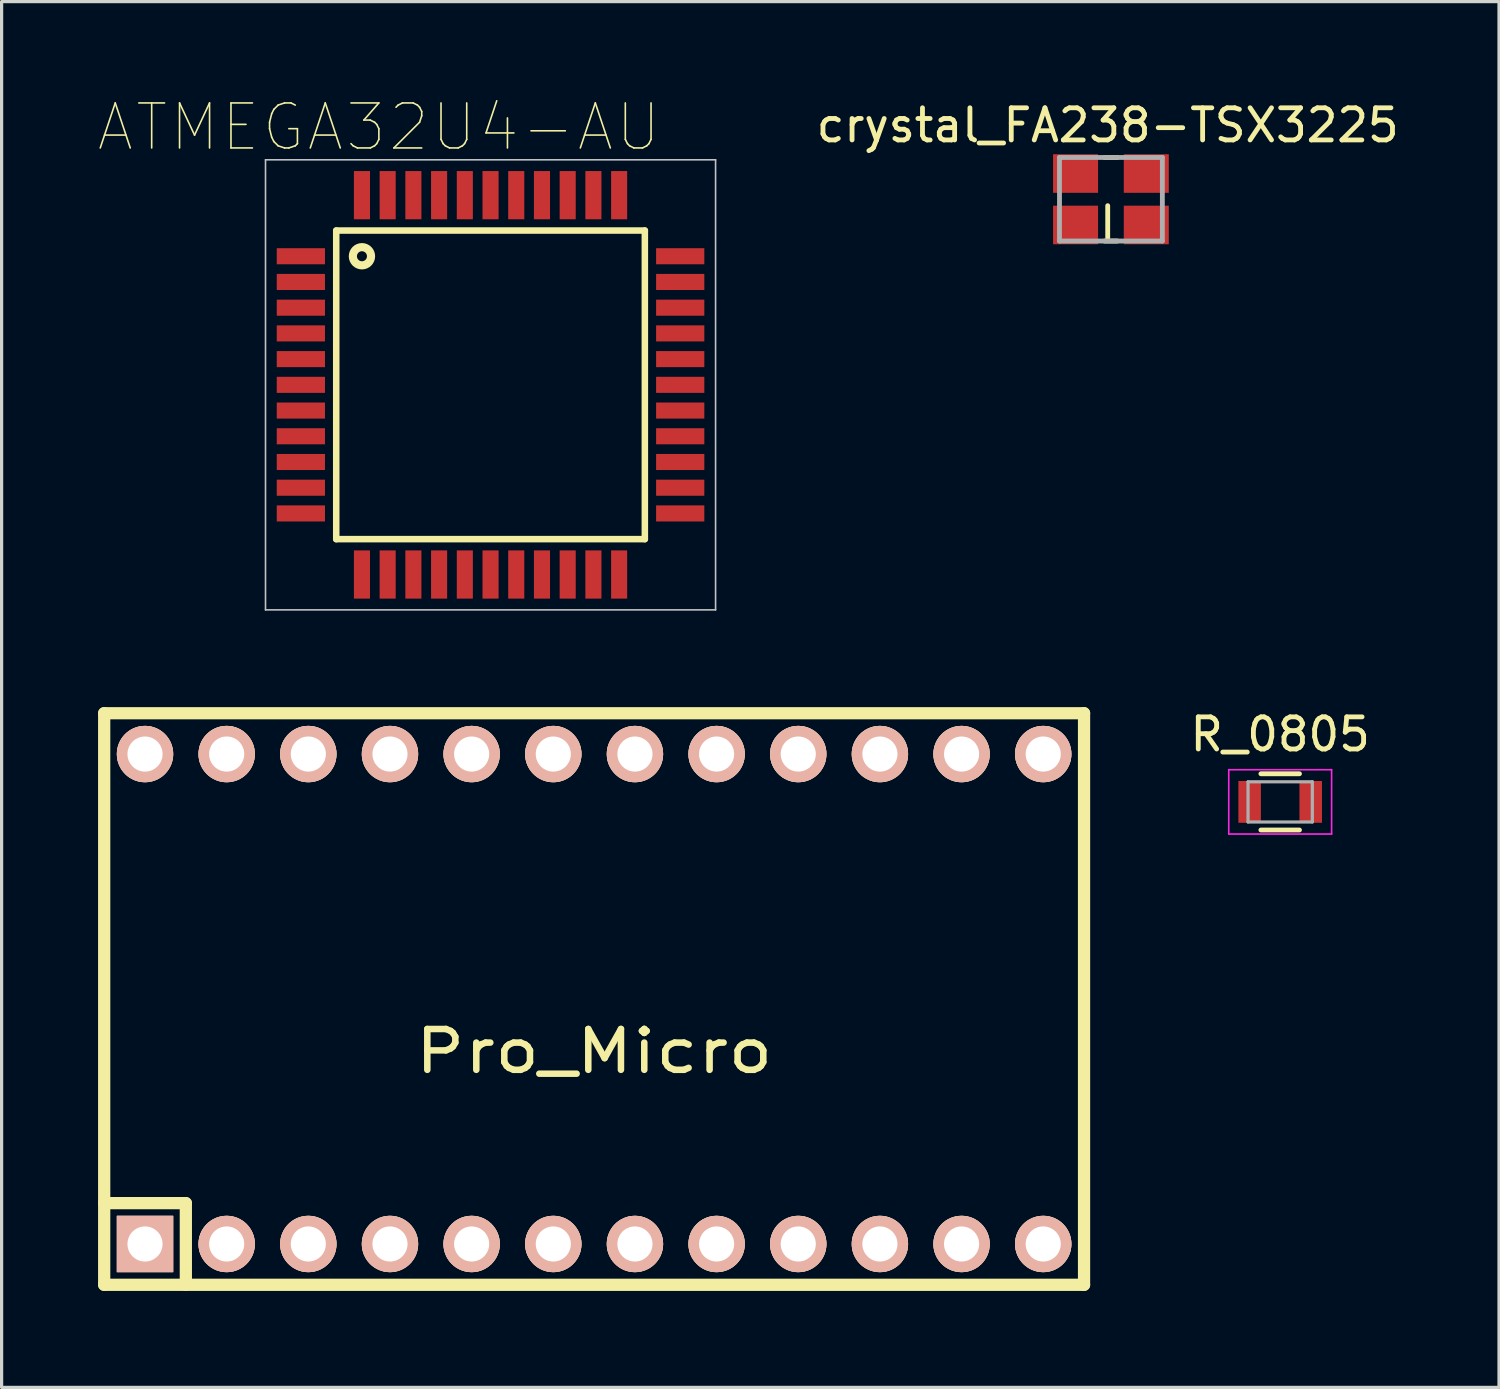
<source format=kicad_pcb>
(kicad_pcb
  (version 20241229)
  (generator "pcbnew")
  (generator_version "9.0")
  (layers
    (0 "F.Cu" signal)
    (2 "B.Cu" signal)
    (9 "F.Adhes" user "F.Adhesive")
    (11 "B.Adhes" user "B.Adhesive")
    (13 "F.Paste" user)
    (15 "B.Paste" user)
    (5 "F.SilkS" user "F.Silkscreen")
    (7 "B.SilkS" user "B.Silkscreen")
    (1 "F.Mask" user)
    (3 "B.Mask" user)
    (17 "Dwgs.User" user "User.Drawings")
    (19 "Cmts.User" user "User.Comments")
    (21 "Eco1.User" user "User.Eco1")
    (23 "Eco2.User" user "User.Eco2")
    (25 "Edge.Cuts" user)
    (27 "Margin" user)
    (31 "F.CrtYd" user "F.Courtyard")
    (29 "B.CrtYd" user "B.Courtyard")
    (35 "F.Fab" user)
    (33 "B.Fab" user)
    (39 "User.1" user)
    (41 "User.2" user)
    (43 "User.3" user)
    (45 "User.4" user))
  (footprint "ATMEGA32U4-AU"
    (layer "F.Cu")
    (at 12.209 8.921)
    (property "Reference" "ATMEGA32U4-AU" (at -3.474 -8.014 0) (layer "F.SilkS") (effects (font (size 1.4 1.4) (thickness 0.05))))
    (attr smd)
    (fp_line (start -4.8 -4.8) (end 4.8 -4.8) (stroke (width 0.203) (type solid)) (layer "F.SilkS"))
    (fp_line (start -4.8 4.8) (end -4.8 -4.8) (stroke (width 0.203) (type solid)) (layer "F.SilkS"))
    (fp_line (start 4.8 -4.8) (end 4.8 4.8) (stroke (width 0.203) (type solid)) (layer "F.SilkS"))
    (fp_line (start 4.8 4.8) (end -4.8 4.8) (stroke (width 0.203) (type solid)) (layer "F.SilkS"))
    (fp_circle (center -4 -4) (end -3.717 -4) (stroke (width 0.254) (type solid)) (fill no) (layer "F.SilkS"))
    (fp_line (start -7 -7) (end 7 -7) (stroke (width 0.05) (type solid)) (layer "Dwgs.User"))
    (fp_line (start -7 7) (end -7 -7) (stroke (width 0.05) (type solid)) (layer "Dwgs.User"))
    (fp_line (start 7 -7) (end 7 7) (stroke (width 0.05) (type solid)) (layer "Dwgs.User"))
    (fp_line (start 7 7) (end -7 7) (stroke (width 0.05) (type solid)) (layer "Dwgs.User"))
    (pad "1" smd rect (at -5.9 -4) (size 1.5 0.5) (layers "F.Cu" "F.Mask" "F.Paste"))
    (pad "2" smd rect (at -5.9 -3.2) (size 1.5 0.5) (layers "F.Cu" "F.Mask" "F.Paste"))
    (pad "3" smd rect (at -5.9 -2.4) (size 1.5 0.5) (layers "F.Cu" "F.Mask" "F.Paste"))
    (pad "4" smd rect (at -5.9 -1.6) (size 1.5 0.5) (layers "F.Cu" "F.Mask" "F.Paste"))
    (pad "5" smd rect (at -5.9 -0.8) (size 1.5 0.5) (layers "F.Cu" "F.Mask" "F.Paste"))
    (pad "6" smd rect (at -5.9 0) (size 1.5 0.5) (layers "F.Cu" "F.Mask" "F.Paste"))
    (pad "7" smd rect (at -5.9 0.8) (size 1.5 0.5) (layers "F.Cu" "F.Mask" "F.Paste"))
    (pad "8" smd rect (at -5.9 1.6) (size 1.5 0.5) (layers "F.Cu" "F.Mask" "F.Paste"))
    (pad "9" smd rect (at -5.9 2.4) (size 1.5 0.5) (layers "F.Cu" "F.Mask" "F.Paste"))
    (pad "10" smd rect (at -5.9 3.2) (size 1.5 0.5) (layers "F.Cu" "F.Mask" "F.Paste"))
    (pad "11" smd rect (at -5.9 4) (size 1.5 0.5) (layers "F.Cu" "F.Mask" "F.Paste"))
    (pad "12" smd rect (at -4 5.9) (size 0.5 1.5) (layers "F.Cu" "F.Mask" "F.Paste"))
    (pad "13" smd rect (at -3.2 5.9) (size 0.5 1.5) (layers "F.Cu" "F.Mask" "F.Paste"))
    (pad "14" smd rect (at -2.4 5.9) (size 0.5 1.5) (layers "F.Cu" "F.Mask" "F.Paste"))
    (pad "15" smd rect (at -1.6 5.9) (size 0.5 1.5) (layers "F.Cu" "F.Mask" "F.Paste"))
    (pad "16" smd rect (at -0.8 5.9) (size 0.5 1.5) (layers "F.Cu" "F.Mask" "F.Paste"))
    (pad "17" smd rect (at 0 5.9) (size 0.5 1.5) (layers "F.Cu" "F.Mask" "F.Paste"))
    (pad "18" smd rect (at 0.8 5.9) (size 0.5 1.5) (layers "F.Cu" "F.Mask" "F.Paste"))
    (pad "19" smd rect (at 1.6 5.9) (size 0.5 1.5) (layers "F.Cu" "F.Mask" "F.Paste"))
    (pad "20" smd rect (at 2.4 5.9) (size 0.5 1.5) (layers "F.Cu" "F.Mask" "F.Paste"))
    (pad "21" smd rect (at 3.2 5.9) (size 0.5 1.5) (layers "F.Cu" "F.Mask" "F.Paste"))
    (pad "22" smd rect (at 4 5.9) (size 0.5 1.5) (layers "F.Cu" "F.Mask" "F.Paste"))
    (pad "23" smd rect (at 5.9 4) (size 1.5 0.5) (layers "F.Cu" "F.Mask" "F.Paste"))
    (pad "24" smd rect (at 5.9 3.2) (size 1.5 0.5) (layers "F.Cu" "F.Mask" "F.Paste"))
    (pad "25" smd rect (at 5.9 2.4) (size 1.5 0.5) (layers "F.Cu" "F.Mask" "F.Paste"))
    (pad "26" smd rect (at 5.9 1.6) (size 1.5 0.5) (layers "F.Cu" "F.Mask" "F.Paste"))
    (pad "27" smd rect (at 5.9 0.8) (size 1.5 0.5) (layers "F.Cu" "F.Mask" "F.Paste"))
    (pad "28" smd rect (at 5.9 0) (size 1.5 0.5) (layers "F.Cu" "F.Mask" "F.Paste"))
    (pad "29" smd rect (at 5.9 -0.8) (size 1.5 0.5) (layers "F.Cu" "F.Mask" "F.Paste"))
    (pad "30" smd rect (at 5.9 -1.6) (size 1.5 0.5) (layers "F.Cu" "F.Mask" "F.Paste"))
    (pad "31" smd rect (at 5.9 -2.4) (size 1.5 0.5) (layers "F.Cu" "F.Mask" "F.Paste"))
    (pad "32" smd rect (at 5.9 -3.2) (size 1.5 0.5) (layers "F.Cu" "F.Mask" "F.Paste"))
    (pad "33" smd rect (at 5.9 -4) (size 1.5 0.5) (layers "F.Cu" "F.Mask" "F.Paste"))
    (pad "34" smd rect (at 4 -5.9) (size 0.5 1.5) (layers "F.Cu" "F.Mask" "F.Paste"))
    (pad "35" smd rect (at 3.2 -5.9) (size 0.5 1.5) (layers "F.Cu" "F.Mask" "F.Paste"))
    (pad "36" smd rect (at 2.4 -5.9) (size 0.5 1.5) (layers "F.Cu" "F.Mask" "F.Paste"))
    (pad "37" smd rect (at 1.6 -5.9) (size 0.5 1.5) (layers "F.Cu" "F.Mask" "F.Paste"))
    (pad "38" smd rect (at 0.8 -5.9) (size 0.5 1.5) (layers "F.Cu" "F.Mask" "F.Paste"))
    (pad "39" smd rect (at 0 -5.9) (size 0.5 1.5) (layers "F.Cu" "F.Mask" "F.Paste"))
    (pad "40" smd rect (at -0.8 -5.9) (size 0.5 1.5) (layers "F.Cu" "F.Mask" "F.Paste"))
    (pad "41" smd rect (at -1.6 -5.9) (size 0.5 1.5) (layers "F.Cu" "F.Mask" "F.Paste"))
    (pad "42" smd rect (at -2.4 -5.9) (size 0.5 1.5) (layers "F.Cu" "F.Mask" "F.Paste"))
    (pad "43" smd rect (at -3.2 -5.9) (size 0.5 1.5) (layers "F.Cu" "F.Mask" "F.Paste"))
    (pad "44" smd rect (at -4 -5.9) (size 0.5 1.5) (layers "F.Cu" "F.Mask" "F.Paste")))
  (footprint "crystal_FA238-TSX3225"
    (layer "F.Cu")
    (at 31.507 3.148)
    (property "Reference" "crystal_FA238-TSX3225" (at -0.1 -2.3 0) (layer "F.SilkS") (effects (font (size 1 1) (thickness 0.15))))
    (attr through_hole)
    (fp_line (start -0.2 -1.3) (end 0.2 -1.3) (stroke (width 0.15) (type solid)) (layer "F.SilkS"))
    (fp_line (start -0.2 1.3) (end 0.2 1.3) (stroke (width 0.15) (type solid)) (layer "F.SilkS"))
    (fp_line (start -0.1 1.2) (end -0.1 0.2) (stroke (width 0.15) (type solid)) (layer "F.SilkS"))
    (fp_line (start -1.6 -1.3) (end 1.6 -1.3) (stroke (width 0.15) (type solid)) (layer "F.Fab"))
    (fp_line (start -1.6 1.3) (end -1.6 -1.3) (stroke (width 0.15) (type solid)) (layer "F.Fab"))
    (fp_line (start 1.6 -1.3) (end 1.6 1.3) (stroke (width 0.15) (type solid)) (layer "F.Fab"))
    (fp_line (start 1.6 1.3) (end -1.6 1.3) (stroke (width 0.15) (type solid)) (layer "F.Fab"))
    (pad "1" smd rect (at -1.1 0.8) (size 1.4 1.2) (layers "F.Cu" "F.Mask" "F.Paste"))
    (pad "2" smd rect (at 1.1 -0.8) (size 1.4 1.2) (layers "F.Cu" "F.Mask" "F.Paste"))
    (pad "3" smd rect (at -1.1 -0.8) (size 1.4 1.2) (layers "F.Cu" "F.Mask" "F.Paste"))
    (pad "3" smd rect (at 1.1 0.8) (size 1.4 1.2) (layers "F.Cu" "F.Mask" "F.Paste")))
  (footprint "R_0805"
    (layer "F.Cu")
    (at 36.772 21.894)
    (property "Reference" "R_0805" (at 0 -2.1 0) (layer "F.SilkS") (effects (font (size 1 1) (thickness 0.15))))
    (attr smd)
    (fp_line (start -0.6 -0.875) (end 0.6 -0.875) (stroke (width 0.15) (type solid)) (layer "F.SilkS"))
    (fp_line (start 0.6 0.875) (end -0.6 0.875) (stroke (width 0.15) (type solid)) (layer "F.SilkS"))
    (fp_line (start -1.6 -1) (end -1.6 1) (stroke (width 0.05) (type solid)) (layer "F.CrtYd"))
    (fp_line (start -1.6 -1) (end 1.6 -1) (stroke (width 0.05) (type solid)) (layer "F.CrtYd"))
    (fp_line (start -1.6 1) (end 1.6 1) (stroke (width 0.05) (type solid)) (layer "F.CrtYd"))
    (fp_line (start 1.6 -1) (end 1.6 1) (stroke (width 0.05) (type solid)) (layer "F.CrtYd"))
    (fp_line (start -1 -0.625) (end 1 -0.625) (stroke (width 0.1) (type solid)) (layer "F.Fab"))
    (fp_line (start -1 0.625) (end -1 -0.625) (stroke (width 0.1) (type solid)) (layer "F.Fab"))
    (fp_line (start 1 -0.625) (end 1 0.625) (stroke (width 0.1) (type solid)) (layer "F.Fab"))
    (fp_line (start 1 0.625) (end -1 0.625) (stroke (width 0.1) (type solid)) (layer "F.Fab"))
    (pad "1" smd rect (at -0.95 0) (size 0.7 1.3) (layers "F.Cu" "F.Mask" "F.Paste"))
    (pad "2" smd rect (at 0.95 0) (size 0.7 1.3) (layers "F.Cu" "F.Mask" "F.Paste")))
  (footprint "Pro_Micro"
    (layer "F.Cu")
    (at 15.431 28.026)
    (property "Reference" "Pro_Micro" (at 0 1.625 0) (layer "F.SilkS") (effects (font (size 1.27 1.524) (thickness 0.203))))
    (attr through_hole)
    (fp_line (start -15.24 -8.89) (end -15.24 8.89) (stroke (width 0.381) (type solid)) (layer "F.SilkS"))
    (fp_line (start -15.24 6.35) (end -12.7 6.35) (stroke (width 0.381) (type solid)) (layer "F.SilkS"))
    (fp_line (start -15.24 8.89) (end 15.24 8.89) (stroke (width 0.381) (type solid)) (layer "F.SilkS"))
    (fp_line (start -12.7 6.35) (end -12.7 8.89) (stroke (width 0.381) (type solid)) (layer "F.SilkS"))
    (fp_line (start 15.24 -8.89) (end -15.24 -8.89) (stroke (width 0.381) (type solid)) (layer "F.SilkS"))
    (fp_line (start 15.24 8.89) (end 15.24 -8.89) (stroke (width 0.381) (type solid)) (layer "F.SilkS"))
    (pad "1" thru_hole rect (at -13.97 7.62) (size 1.753 1.753) (drill 1.092) (layers "*.Cu" "*.SilkS" "*.Mask"))
    (pad "2" thru_hole circle (at -11.43 7.62) (size 1.753 1.753) (drill 1.092) (layers "*.Cu" "*.SilkS" "*.Mask"))
    (pad "3" thru_hole circle (at -8.89 7.62) (size 1.753 1.753) (drill 1.092) (layers "*.Cu" "*.SilkS" "*.Mask"))
    (pad "4" thru_hole circle (at -6.35 7.62) (size 1.753 1.753) (drill 1.092) (layers "*.Cu" "*.SilkS" "*.Mask"))
    (pad "5" thru_hole circle (at -3.81 7.62) (size 1.753 1.753) (drill 1.092) (layers "*.Cu" "*.SilkS" "*.Mask"))
    (pad "6" thru_hole circle (at -1.27 7.62) (size 1.753 1.753) (drill 1.092) (layers "*.Cu" "*.SilkS" "*.Mask"))
    (pad "7" thru_hole circle (at 1.27 7.62) (size 1.753 1.753) (drill 1.092) (layers "*.Cu" "*.SilkS" "*.Mask"))
    (pad "8" thru_hole circle (at 3.81 7.62) (size 1.753 1.753) (drill 1.092) (layers "*.Cu" "*.SilkS" "*.Mask"))
    (pad "9" thru_hole circle (at 6.35 7.62) (size 1.753 1.753) (drill 1.092) (layers "*.Cu" "*.SilkS" "*.Mask"))
    (pad "10" thru_hole circle (at 8.89 7.62) (size 1.753 1.753) (drill 1.092) (layers "*.Cu" "*.SilkS" "*.Mask"))
    (pad "11" thru_hole circle (at 11.43 7.62) (size 1.753 1.753) (drill 1.092) (layers "*.Cu" "*.SilkS" "*.Mask"))
    (pad "12" thru_hole circle (at 13.97 7.62) (size 1.753 1.753) (drill 1.092) (layers "*.Cu" "*.SilkS" "*.Mask"))
    (pad "13" thru_hole circle (at 13.97 -7.62) (size 1.753 1.753) (drill 1.092) (layers "*.Cu" "*.SilkS" "*.Mask"))
    (pad "14" thru_hole circle (at 11.43 -7.62) (size 1.753 1.753) (drill 1.092) (layers "*.Cu" "*.SilkS" "*.Mask"))
    (pad "15" thru_hole circle (at 8.89 -7.62) (size 1.753 1.753) (drill 1.092) (layers "*.Cu" "*.SilkS" "*.Mask"))
    (pad "16" thru_hole circle (at 6.35 -7.62) (size 1.753 1.753) (drill 1.092) (layers "*.Cu" "*.SilkS" "*.Mask"))
    (pad "17" thru_hole circle (at 3.81 -7.62) (size 1.753 1.753) (drill 1.092) (layers "*.Cu" "*.SilkS" "*.Mask"))
    (pad "18" thru_hole circle (at 1.27 -7.62) (size 1.753 1.753) (drill 1.092) (layers "*.Cu" "*.SilkS" "*.Mask"))
    (pad "19" thru_hole circle (at -1.27 -7.62) (size 1.753 1.753) (drill 1.092) (layers "*.Cu" "*.SilkS" "*.Mask"))
    (pad "20" thru_hole circle (at -3.81 -7.62) (size 1.753 1.753) (drill 1.092) (layers "*.Cu" "*.SilkS" "*.Mask"))
    (pad "21" thru_hole circle (at -6.35 -7.62) (size 1.753 1.753) (drill 1.092) (layers "*.Cu" "*.SilkS" "*.Mask"))
    (pad "22" thru_hole circle (at -8.89 -7.62) (size 1.753 1.753) (drill 1.092) (layers "*.Cu" "*.SilkS" "*.Mask"))
    (pad "23" thru_hole circle (at -11.43 -7.62) (size 1.753 1.753) (drill 1.092) (layers "*.Cu" "*.SilkS" "*.Mask"))
    (pad "24" thru_hole circle (at -13.97 -7.62) (size 1.753 1.753) (drill 1.092) (layers "*.Cu" "*.SilkS" "*.Mask")))
  (gr_rect
    (start -3 -3)
    (end 43.579 40.107)
    (stroke (width 0.1) (type default))
    (fill no)
    (layer "Edge.Cuts")))
</source>
